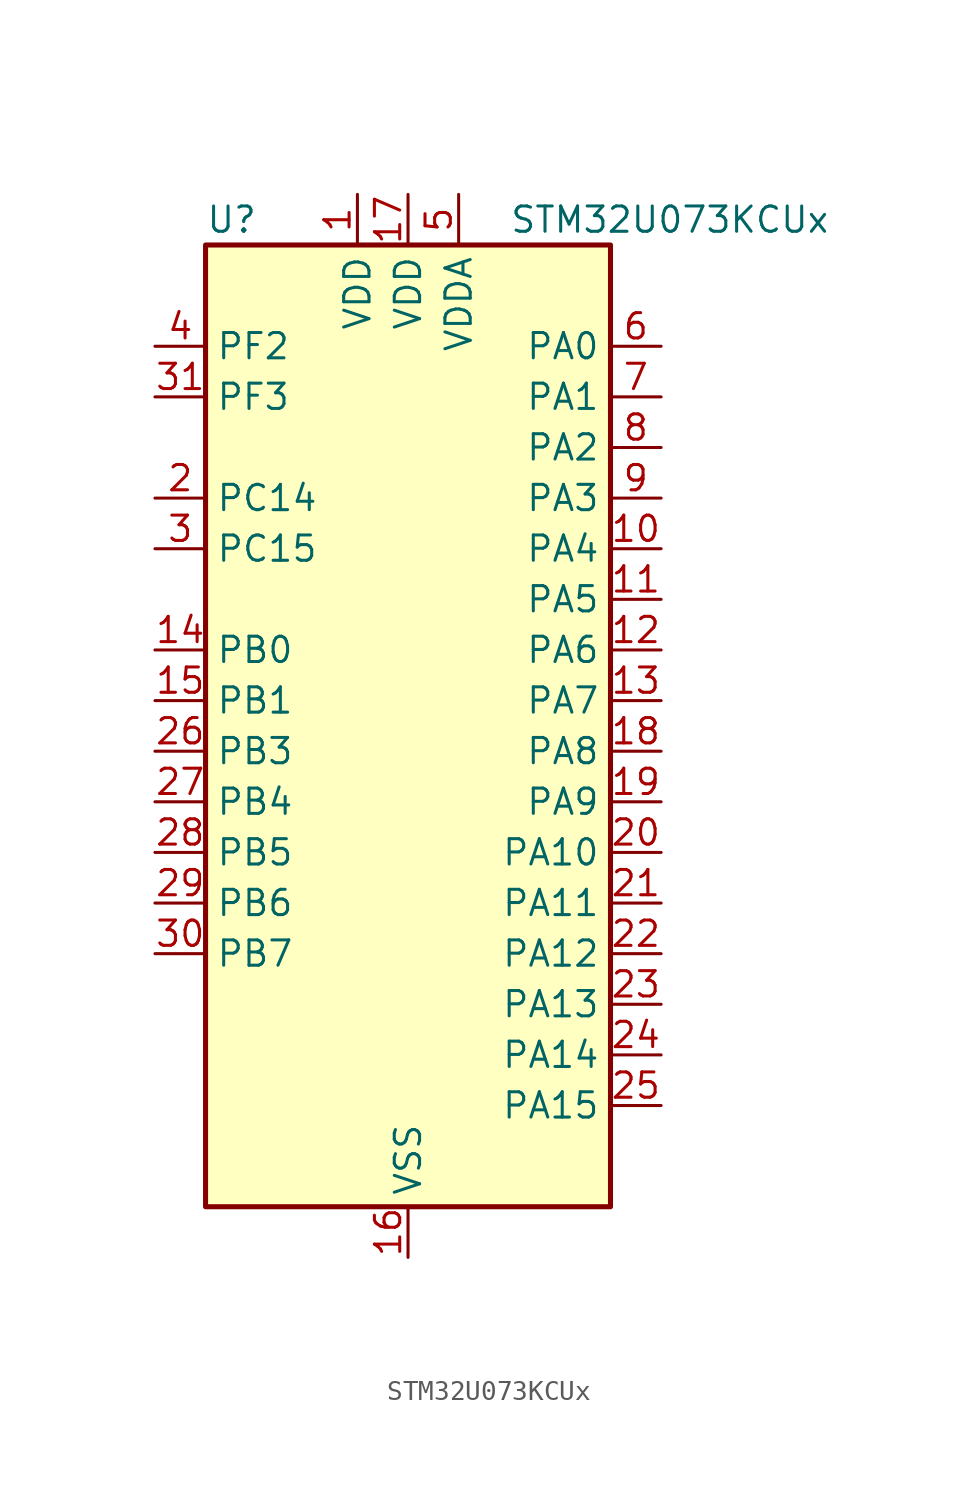
<source format=kicad_sym>
(kicad_symbol_lib
  (version 20241209)
  (generator "kicad_symbol_editor")
  (generator_version "9.0")
  (symbol "STM32U073KCUx"
    (property "Reference" "U"
      (at -10.16 26.67 0)
      (effects (font (size 1.27 1.27)) (justify left)))
    (property "Value" "STM32U073KCUx"
      (at 5.08 26.67 0)
      (effects (font (size 1.27 1.27)) (justify left)))
    (symbol "STM32U073KCUx_0_1"
      (rectangle (start -10.16 -22.86) (end 10.16 25.4) (stroke (width 0.254) (type default)) (fill (type background))))
    (symbol "STM32U073KCUx_1_1"
      (pin bidirectional line (at -12.7 20.32 0) (length 2.54) (name "PF2" (effects (font (size 1.27 1.27)))) (number "4" (effects (font (size 1.27 1.27)))) (alternate "RCC_MCO" bidirectional line))
      (pin bidirectional line (at -12.7 17.78 0) (length 2.54) (name "PF3" (effects (font (size 1.27 1.27)))) (number "31" (effects (font (size 1.27 1.27)))))
      (pin bidirectional line (at -12.7 12.7 0) (length 2.54) (name "PC14" (effects (font (size 1.27 1.27)))) (number "2" (effects (font (size 1.27 1.27)))) (alternate "RCC_OSC32_IN" bidirectional line))
      (pin bidirectional line (at -12.7 10.16 0) (length 2.54) (name "PC15" (effects (font (size 1.27 1.27)))) (number "3" (effects (font (size 1.27 1.27)))) (alternate "RCC_OSC32_EN" bidirectional line) (alternate "RCC_OSC32_OUT" bidirectional line) (alternate "RCC_OSC_EN" bidirectional line))
      (pin bidirectional line (at -12.7 5.08 0) (length 2.54) (name "PB0" (effects (font (size 1.27 1.27)))) (number "14" (effects (font (size 1.27 1.27)))) (alternate "ADC1_IN17" bidirectional line) (alternate "COMP1_OUT" bidirectional line) (alternate "LCD_SEG5" bidirectional line) (alternate "LPTIM3_CH1" bidirectional line) (alternate "LPUART2_CTS" bidirectional line) (alternate "SPI1_NSS" bidirectional line) (alternate "TIM1_CH2N" bidirectional line) (alternate "TIM3_CH3" bidirectional line) (alternate "TSC_G5_IO2" bidirectional line) (alternate "USART3_CK" bidirectional line))
      (pin bidirectional line (at -12.7 2.54 0) (length 2.54) (name "PB1" (effects (font (size 1.27 1.27)))) (number "15" (effects (font (size 1.27 1.27)))) (alternate "ADC1_IN18" bidirectional line) (alternate "COMP1_INM" bidirectional line) (alternate "LCD_SEG6" bidirectional line) (alternate "LPTIM2_IN1" bidirectional line) (alternate "LPTIM3_CH2" bidirectional line) (alternate "LPUART1_DE" bidirectional line) (alternate "LPUART1_RTS" bidirectional line) (alternate "LPUART2_DE" bidirectional line) (alternate "LPUART2_RTS" bidirectional line) (alternate "TIM1_CH3N" bidirectional line) (alternate "TIM3_CH4" bidirectional line) (alternate "TSC_SYNC" bidirectional line) (alternate "USART3_DE" bidirectional line) (alternate "USART3_RTS" bidirectional line))
      (pin bidirectional line (at -12.7 0 0) (length 2.54) (name "PB3" (effects (font (size 1.27 1.27)))) (number "26" (effects (font (size 1.27 1.27)))) (alternate "COMP2_INM" bidirectional line) (alternate "DEBUG_JTDO-SWO" bidirectional line) (alternate "I2C2_SCL" bidirectional line) (alternate "I2C3_SCL" bidirectional line) (alternate "LCD_SEG7" bidirectional line) (alternate "LPTIM1_CH3" bidirectional line) (alternate "SPI1_SCK" bidirectional line) (alternate "SPI3_SCK" bidirectional line) (alternate "TIM2_CH2" bidirectional line) (alternate "USART1_DE" bidirectional line) (alternate "USART1_RTS" bidirectional line))
      (pin bidirectional line (at -12.7 -2.54 0) (length 2.54) (name "PB4" (effects (font (size 1.27 1.27)))) (number "27" (effects (font (size 1.27 1.27)))) (alternate "COMP2_INP" bidirectional line) (alternate "I2C2_SDA" bidirectional line) (alternate "I2C3_SDA" bidirectional line) (alternate "LCD_SEG8" bidirectional line) (alternate "LPTIM1_CH4" bidirectional line) (alternate "LPUART3_DE" bidirectional line) (alternate "LPUART3_RTS" bidirectional line) (alternate "SPI1_MISO" bidirectional line) (alternate "SPI3_MISO" bidirectional line) (alternate "TIM3_CH1" bidirectional line) (alternate "TSC_G2_IO1" bidirectional line) (alternate "USART1_CTS" bidirectional line))
      (pin bidirectional line (at -12.7 -5.08 0) (length 2.54) (name "PB5" (effects (font (size 1.27 1.27)))) (number "28" (effects (font (size 1.27 1.27)))) (alternate "COMP2_OUT" bidirectional line) (alternate "LCD_SEG9" bidirectional line) (alternate "LPTIM1_IN1" bidirectional line) (alternate "LPUART3_CTS" bidirectional line) (alternate "SPI1_MOSI" bidirectional line) (alternate "SPI3_MOSI" bidirectional line) (alternate "TIM16_BKIN" bidirectional line) (alternate "TIM3_CH2" bidirectional line) (alternate "TSC_G2_IO2" bidirectional line) (alternate "USART1_CK" bidirectional line))
      (pin bidirectional line (at -12.7 -7.62 0) (length 2.54) (name "PB6" (effects (font (size 1.27 1.27)))) (number "29" (effects (font (size 1.27 1.27)))) (alternate "COMP2_INP" bidirectional line) (alternate "I2C1_SCL" bidirectional line) (alternate "I2C2_SCL" bidirectional line) (alternate "I2C4_SCL" bidirectional line) (alternate "LPTIM1_ETR" bidirectional line) (alternate "LPUART2_TX" bidirectional line) (alternate "LPUART3_TX" bidirectional line) (alternate "TIM16_CH1N" bidirectional line) (alternate "TSC_G2_IO3" bidirectional line) (alternate "USART1_TX" bidirectional line))
      (pin bidirectional line (at -12.7 -10.16 0) (length 2.54) (name "PB7" (effects (font (size 1.27 1.27)))) (number "30" (effects (font (size 1.27 1.27)))) (alternate "COMP2_INM" bidirectional line) (alternate "I2C1_SDA" bidirectional line) (alternate "I2C2_SDA" bidirectional line) (alternate "I2C4_SDA" bidirectional line) (alternate "LCD_SEG21" bidirectional line) (alternate "LPTIM1_IN2" bidirectional line) (alternate "LPUART2_RX" bidirectional line) (alternate "LPUART3_RX" bidirectional line) (alternate "PWR_PVD_IN" bidirectional line) (alternate "TSC_G2_IO4" bidirectional line) (alternate "USART1_RX" bidirectional line) (alternate "USART4_CTS" bidirectional line))
      (pin power_in line (at -2.54 27.94 270) (length 2.54) (name "VDD" (effects (font (size 1.27 1.27)))) (number "1" (effects (font (size 1.27 1.27)))))
      (pin power_in line (at 0 27.94 270) (length 2.54) (name "VDD" (effects (font (size 1.27 1.27)))) (number "17" (effects (font (size 1.27 1.27)))))
      (pin power_in line (at 0 -25.4 90) (length 2.54) (name "VSS" (effects (font (size 1.27 1.27)))) (number "16" (effects (font (size 1.27 1.27)))))
      (pin passive line (at 0 -25.4 90) (length 2.54) (hide yes) (name "VSS" (effects (font (size 1.27 1.27)))) (number "32" (effects (font (size 1.27 1.27)))))
      (pin passive line (at 0 -25.4 90) (length 2.54) (hide yes) (name "VSS" (effects (font (size 1.27 1.27)))) (number "33" (effects (font (size 1.27 1.27)))))
      (pin power_in line (at 2.54 27.94 270) (length 2.54) (name "VDDA" (effects (font (size 1.27 1.27)))) (number "5" (effects (font (size 1.27 1.27)))))
      (pin bidirectional line (at 12.7 20.32 180) (length 2.54) (name "PA0" (effects (font (size 1.27 1.27)))) (number "6" (effects (font (size 1.27 1.27)))) (alternate "ADC1_IN4" bidirectional line) (alternate "COMP1_INM" bidirectional line) (alternate "COMP1_OUT" bidirectional line) (alternate "LCD_SEG42" bidirectional line) (alternate "OPAMP1_VINP" bidirectional line) (alternate "PWR_WKUP1" bidirectional line) (alternate "TAMP_IN2" bidirectional line) (alternate "TIM2_CH1" bidirectional line) (alternate "TIM2_ETR" bidirectional line) (alternate "USART2_CTS" bidirectional line) (alternate "USART4_TX" bidirectional line))
      (pin bidirectional line (at 12.7 17.78 180) (length 2.54) (name "PA1" (effects (font (size 1.27 1.27)))) (number "7" (effects (font (size 1.27 1.27)))) (alternate "ADC1_IN5" bidirectional line) (alternate "COMP1_INP" bidirectional line) (alternate "LCD_SEG0" bidirectional line) (alternate "LPTIM1_CH2" bidirectional line) (alternate "OPAMP1_VINM" bidirectional line) (alternate "PWR_WKUP3" bidirectional line) (alternate "SPI1_SCK" bidirectional line) (alternate "SPI2_SCK" bidirectional line) (alternate "TAMP_IN5" bidirectional line) (alternate "TIM15_CH1N" bidirectional line) (alternate "TIM2_CH2" bidirectional line) (alternate "USART2_DE" bidirectional line) (alternate "USART2_RTS" bidirectional line) (alternate "USART4_RX" bidirectional line))
      (pin bidirectional line (at 12.7 15.24 180) (length 2.54) (name "PA2" (effects (font (size 1.27 1.27)))) (number "8" (effects (font (size 1.27 1.27)))) (alternate "ADC1_IN6" bidirectional line) (alternate "COMP2_INM" bidirectional line) (alternate "COMP2_OUT" bidirectional line) (alternate "LCD_SEG1" bidirectional line) (alternate "LPUART1_TX" bidirectional line) (alternate "PWR_WKUP4" bidirectional line) (alternate "RCC_LSCO" bidirectional line) (alternate "TIM15_CH1" bidirectional line) (alternate "TIM2_CH3" bidirectional line) (alternate "USART2_TX" bidirectional line))
      (pin bidirectional line (at 12.7 12.7 180) (length 2.54) (name "PA3" (effects (font (size 1.27 1.27)))) (number "9" (effects (font (size 1.27 1.27)))) (alternate "ADC1_IN7" bidirectional line) (alternate "COMP2_INP" bidirectional line) (alternate "LCD_SEG2" bidirectional line) (alternate "LPUART1_RX" bidirectional line) (alternate "OPAMP1_VOUT" bidirectional line) (alternate "TIM15_CH2" bidirectional line) (alternate "TIM2_CH4" bidirectional line) (alternate "USART2_RX" bidirectional line))
      (pin bidirectional line (at 12.7 10.16 180) (length 2.54) (name "PA4" (effects (font (size 1.27 1.27)))) (number "10" (effects (font (size 1.27 1.27)))) (alternate "ADC1_IN8" bidirectional line) (alternate "COMP1_INM" bidirectional line) (alternate "COMP2_INM" bidirectional line) (alternate "DAC1_OUT1" bidirectional line) (alternate "LCD_SEG43" bidirectional line) (alternate "LPTIM2_CH1" bidirectional line) (alternate "LPUART3_TX" bidirectional line) (alternate "SPI1_NSS" bidirectional line) (alternate "SPI3_NSS" bidirectional line) (alternate "USART2_CK" bidirectional line))
      (pin bidirectional line (at 12.7 7.62 180) (length 2.54) (name "PA5" (effects (font (size 1.27 1.27)))) (number "11" (effects (font (size 1.27 1.27)))) (alternate "ADC1_IN9" bidirectional line) (alternate "COMP1_INM" bidirectional line) (alternate "COMP2_INM" bidirectional line) (alternate "LCD_SEG44" bidirectional line) (alternate "LPTIM2_ETR" bidirectional line) (alternate "LPUART3_RX" bidirectional line) (alternate "SPI1_SCK" bidirectional line) (alternate "TIM2_CH1" bidirectional line) (alternate "TIM2_ETR" bidirectional line) (alternate "USART3_TX" bidirectional line))
      (pin bidirectional line (at 12.7 5.08 180) (length 2.54) (name "PA6" (effects (font (size 1.27 1.27)))) (number "12" (effects (font (size 1.27 1.27)))) (alternate "ADC1_IN10" bidirectional line) (alternate "COMP1_OUT" bidirectional line) (alternate "I2C2_SDA" bidirectional line) (alternate "I2C3_SDA" bidirectional line) (alternate "LCD_SEG3" bidirectional line) (alternate "LPUART1_CTS" bidirectional line) (alternate "SPI1_MISO" bidirectional line) (alternate "TIM16_CH1" bidirectional line) (alternate "TIM1_BKIN" bidirectional line) (alternate "TIM3_CH1" bidirectional line) (alternate "TSC_G5_IO1" bidirectional line) (alternate "USART3_CTS" bidirectional line))
      (pin bidirectional line (at 12.7 2.54 180) (length 2.54) (name "PA7" (effects (font (size 1.27 1.27)))) (number "13" (effects (font (size 1.27 1.27)))) (alternate "ADC1_IN14" bidirectional line) (alternate "COMP2_OUT" bidirectional line) (alternate "I2C2_SCL" bidirectional line) (alternate "I2C3_SCL" bidirectional line) (alternate "LCD_SEG4" bidirectional line) (alternate "LPTIM2_CH2" bidirectional line) (alternate "SPI1_MOSI" bidirectional line) (alternate "TIM1_CH1N" bidirectional line) (alternate "TIM3_CH2" bidirectional line) (alternate "USART3_RX" bidirectional line))
      (pin bidirectional line (at 12.7 0 180) (length 2.54) (name "PA8" (effects (font (size 1.27 1.27)))) (number "18" (effects (font (size 1.27 1.27)))) (alternate "LCD_COM0" bidirectional line) (alternate "LPTIM2_CH1" bidirectional line) (alternate "RCC_MCO" bidirectional line) (alternate "RCC_MCO2" bidirectional line) (alternate "TIM1_CH1" bidirectional line) (alternate "TSC_G7_IO1" bidirectional line) (alternate "USART1_CK" bidirectional line))
      (pin bidirectional line (at 12.7 -2.54 180) (length 2.54) (name "PA9" (effects (font (size 1.27 1.27)))) (number "19" (effects (font (size 1.27 1.27)))) (alternate "COMP1_INP" bidirectional line) (alternate "DAC1_EXTI9" bidirectional line) (alternate "I2C1_SCL" bidirectional line) (alternate "I2C2_SCL" bidirectional line) (alternate "LCD_COM1" bidirectional line) (alternate "RCC_MCO" bidirectional line) (alternate "TIM15_BKIN" bidirectional line) (alternate "TIM1_CH2" bidirectional line) (alternate "TSC_G7_IO2" bidirectional line) (alternate "USART1_TX" bidirectional line))
      (pin bidirectional line (at 12.7 -5.08 180) (length 2.54) (name "PA10" (effects (font (size 1.27 1.27)))) (number "20" (effects (font (size 1.27 1.27)))) (alternate "CRS_SYNC" bidirectional line) (alternate "I2C1_SDA" bidirectional line) (alternate "I2C2_SDA" bidirectional line) (alternate "LCD_COM2" bidirectional line) (alternate "RCC_MCO2" bidirectional line) (alternate "SPI2_NSS" bidirectional line) (alternate "TIM1_CH3" bidirectional line) (alternate "TSC_G7_IO3" bidirectional line) (alternate "USART1_RX" bidirectional line))
      (pin bidirectional line (at 12.7 -7.62 180) (length 2.54) (name "PA11" (effects (font (size 1.27 1.27)))) (number "21" (effects (font (size 1.27 1.27)))) (alternate "ADC1_EXTI11" bidirectional line) (alternate "COMP1_OUT" bidirectional line) (alternate "SPI1_MISO" bidirectional line) (alternate "SPI2_MISO" bidirectional line) (alternate "TIM1_BKIN2" bidirectional line) (alternate "TIM1_CH4" bidirectional line) (alternate "USART1_CTS" bidirectional line) (alternate "USB_DM" bidirectional line))
      (pin bidirectional line (at 12.7 -10.16 180) (length 2.54) (name "PA12" (effects (font (size 1.27 1.27)))) (number "22" (effects (font (size 1.27 1.27)))) (alternate "SPI1_MOSI" bidirectional line) (alternate "SPI2_MOSI" bidirectional line) (alternate "TIM1_ETR" bidirectional line) (alternate "USART1_DE" bidirectional line) (alternate "USART1_RTS" bidirectional line) (alternate "USB_DP" bidirectional line))
      (pin bidirectional line (at 12.7 -12.7 180) (length 2.54) (name "PA13" (effects (font (size 1.27 1.27)))) (number "23" (effects (font (size 1.27 1.27)))) (alternate "DEBUG_JTMS-SWDIO" bidirectional line) (alternate "IR_OUT" bidirectional line) (alternate "LCD_SEG40" bidirectional line) (alternate "TSC_G7_IO4" bidirectional line) (alternate "USB_NOE" bidirectional line))
      (pin bidirectional line (at 12.7 -15.24 180) (length 2.54) (name "PA14" (effects (font (size 1.27 1.27)))) (number "24" (effects (font (size 1.27 1.27)))) (alternate "DEBUG_JTCK-SWCLK" bidirectional line) (alternate "LCD_SEG41" bidirectional line) (alternate "LPTIM1_CH1" bidirectional line) (alternate "TSC_G3_IO4" bidirectional line))
      (pin bidirectional line (at 12.7 -17.78 180) (length 2.54) (name "PA15" (effects (font (size 1.27 1.27)))) (number "25" (effects (font (size 1.27 1.27)))) (alternate "DEBUG_JTDI" bidirectional line) (alternate "LCD_SEG17" bidirectional line) (alternate "LPTIM3_CH3" bidirectional line) (alternate "LPTIM3_IN2" bidirectional line) (alternate "SPI1_NSS" bidirectional line) (alternate "SPI3_NSS" bidirectional line) (alternate "TIM2_CH1" bidirectional line) (alternate "TIM2_ETR" bidirectional line) (alternate "TSC_G3_IO1" bidirectional line) (alternate "USART2_RX" bidirectional line) (alternate "USART3_DE" bidirectional line) (alternate "USART3_RTS" bidirectional line) (alternate "USART4_DE" bidirectional line) (alternate "USART4_RTS" bidirectional line)))))
</source>
